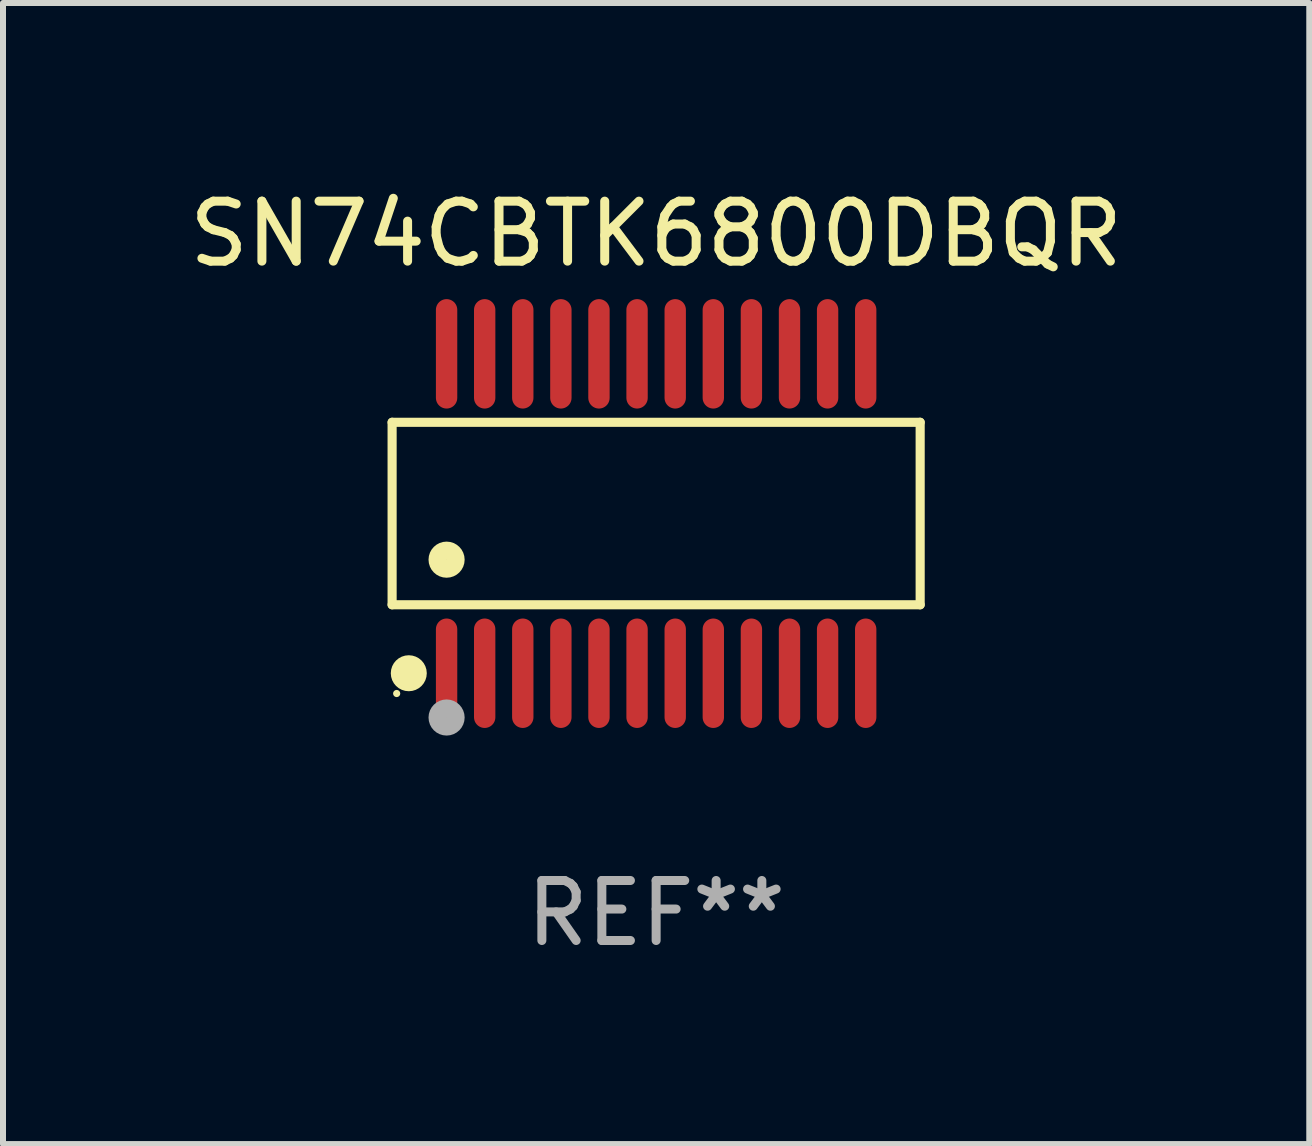
<source format=kicad_pcb>
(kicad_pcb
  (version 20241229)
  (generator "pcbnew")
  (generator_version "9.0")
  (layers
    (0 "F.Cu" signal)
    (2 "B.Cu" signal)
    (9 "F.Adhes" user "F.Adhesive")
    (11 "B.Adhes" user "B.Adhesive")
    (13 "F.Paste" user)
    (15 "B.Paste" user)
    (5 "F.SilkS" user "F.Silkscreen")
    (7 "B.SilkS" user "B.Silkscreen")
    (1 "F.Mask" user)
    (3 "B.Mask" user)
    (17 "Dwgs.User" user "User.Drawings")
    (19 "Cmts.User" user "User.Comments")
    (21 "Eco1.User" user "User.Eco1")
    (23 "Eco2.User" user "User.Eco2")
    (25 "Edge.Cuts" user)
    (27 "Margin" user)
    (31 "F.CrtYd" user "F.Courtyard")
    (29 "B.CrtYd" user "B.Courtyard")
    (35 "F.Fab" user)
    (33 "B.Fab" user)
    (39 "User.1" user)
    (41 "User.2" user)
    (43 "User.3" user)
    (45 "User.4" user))
  (footprint "SN74CBTK6800DBQR"
    (layer "F.Cu")
    (at 7.887 5.51)
    (property "Reference" "SN74CBTK6800DBQR" (at 0 -4.662 0) (layer "F.SilkS") (effects (font (size 1 1) (thickness 0.15))))
    (attr through_hole)
    (fp_line (start -4.401 -1.521) (end 4.401 -1.521) (stroke (width 0.152) (type solid)) (layer "F.SilkS"))
    (fp_line (start -4.401 1.521) (end -4.401 -1.521) (stroke (width 0.152) (type solid)) (layer "F.SilkS"))
    (fp_line (start 4.401 -1.521) (end 4.401 1.521) (stroke (width 0.152) (type solid)) (layer "F.SilkS"))
    (fp_line (start 4.401 1.521) (end -4.401 1.521) (stroke (width 0.152) (type solid)) (layer "F.SilkS"))
    (fp_circle (center -4.325 3) (end -4.295 3) (stroke (width 0.06) (type solid)) (fill no) (layer "F.SilkS"))
    (fp_circle (center -4.123 2.662) (end -3.973 2.662) (stroke (width 0.3) (type solid)) (fill no) (layer "F.SilkS"))
    (fp_circle (center -3.493 0.769) (end -3.342 0.769) (stroke (width 0.3) (type solid)) (fill no) (layer "F.SilkS"))
    (fp_circle (center -3.493 3.4) (end -3.342 3.4) (stroke (width 0.3) (type solid)) (fill no) (layer "F.Fab"))
    (fp_text user "REF**" (at 0 6.662 0) (layer "F.Fab") (effects (font (size 1 1) (thickness 0.15))))
    (pad "1" smd oval (at -3.493 2.662) (size 0.356 1.824) (layers "F.Cu" "F.Mask" "F.Paste"))
    (pad "2" smd oval (at -2.858 2.662) (size 0.356 1.824) (layers "F.Cu" "F.Mask" "F.Paste"))
    (pad "3" smd oval (at -2.223 2.662) (size 0.356 1.824) (layers "F.Cu" "F.Mask" "F.Paste"))
    (pad "4" smd oval (at -1.588 2.662) (size 0.356 1.824) (layers "F.Cu" "F.Mask" "F.Paste"))
    (pad "5" smd oval (at -0.953 2.662) (size 0.356 1.824) (layers "F.Cu" "F.Mask" "F.Paste"))
    (pad "6" smd oval (at -0.318 2.662) (size 0.356 1.824) (layers "F.Cu" "F.Mask" "F.Paste"))
    (pad "7" smd oval (at 0.318 2.662) (size 0.356 1.824) (layers "F.Cu" "F.Mask" "F.Paste"))
    (pad "8" smd oval (at 0.953 2.662) (size 0.356 1.824) (layers "F.Cu" "F.Mask" "F.Paste"))
    (pad "9" smd oval (at 1.588 2.662) (size 0.356 1.824) (layers "F.Cu" "F.Mask" "F.Paste"))
    (pad "10" smd oval (at 2.223 2.662) (size 0.356 1.824) (layers "F.Cu" "F.Mask" "F.Paste"))
    (pad "11" smd oval (at 2.858 2.662) (size 0.356 1.824) (layers "F.Cu" "F.Mask" "F.Paste"))
    (pad "12" smd oval (at 3.493 2.662) (size 0.356 1.824) (layers "F.Cu" "F.Mask" "F.Paste"))
    (pad "13" smd oval (at 3.493 -2.662) (size 0.356 1.824) (layers "F.Cu" "F.Mask" "F.Paste"))
    (pad "14" smd oval (at 2.858 -2.662) (size 0.356 1.824) (layers "F.Cu" "F.Mask" "F.Paste"))
    (pad "15" smd oval (at 2.223 -2.662) (size 0.356 1.824) (layers "F.Cu" "F.Mask" "F.Paste"))
    (pad "16" smd oval (at 1.588 -2.662) (size 0.356 1.824) (layers "F.Cu" "F.Mask" "F.Paste"))
    (pad "17" smd oval (at 0.953 -2.662) (size 0.356 1.824) (layers "F.Cu" "F.Mask" "F.Paste"))
    (pad "18" smd oval (at 0.318 -2.662) (size 0.356 1.824) (layers "F.Cu" "F.Mask" "F.Paste"))
    (pad "19" smd oval (at -0.318 -2.662) (size 0.356 1.824) (layers "F.Cu" "F.Mask" "F.Paste"))
    (pad "20" smd oval (at -0.953 -2.662) (size 0.356 1.824) (layers "F.Cu" "F.Mask" "F.Paste"))
    (pad "21" smd oval (at -1.588 -2.662) (size 0.356 1.824) (layers "F.Cu" "F.Mask" "F.Paste"))
    (pad "22" smd oval (at -2.223 -2.662) (size 0.356 1.824) (layers "F.Cu" "F.Mask" "F.Paste"))
    (pad "23" smd oval (at -2.858 -2.662) (size 0.356 1.824) (layers "F.Cu" "F.Mask" "F.Paste"))
    (pad "24" smd oval (at -3.493 -2.662) (size 0.356 1.824) (layers "F.Cu" "F.Mask" "F.Paste")))
  (gr_rect
    (start -3 -3)
    (end 18.774 16.02)
    (stroke (width 0.1) (type default))
    (fill no)
    (layer "Edge.Cuts")))
</source>
